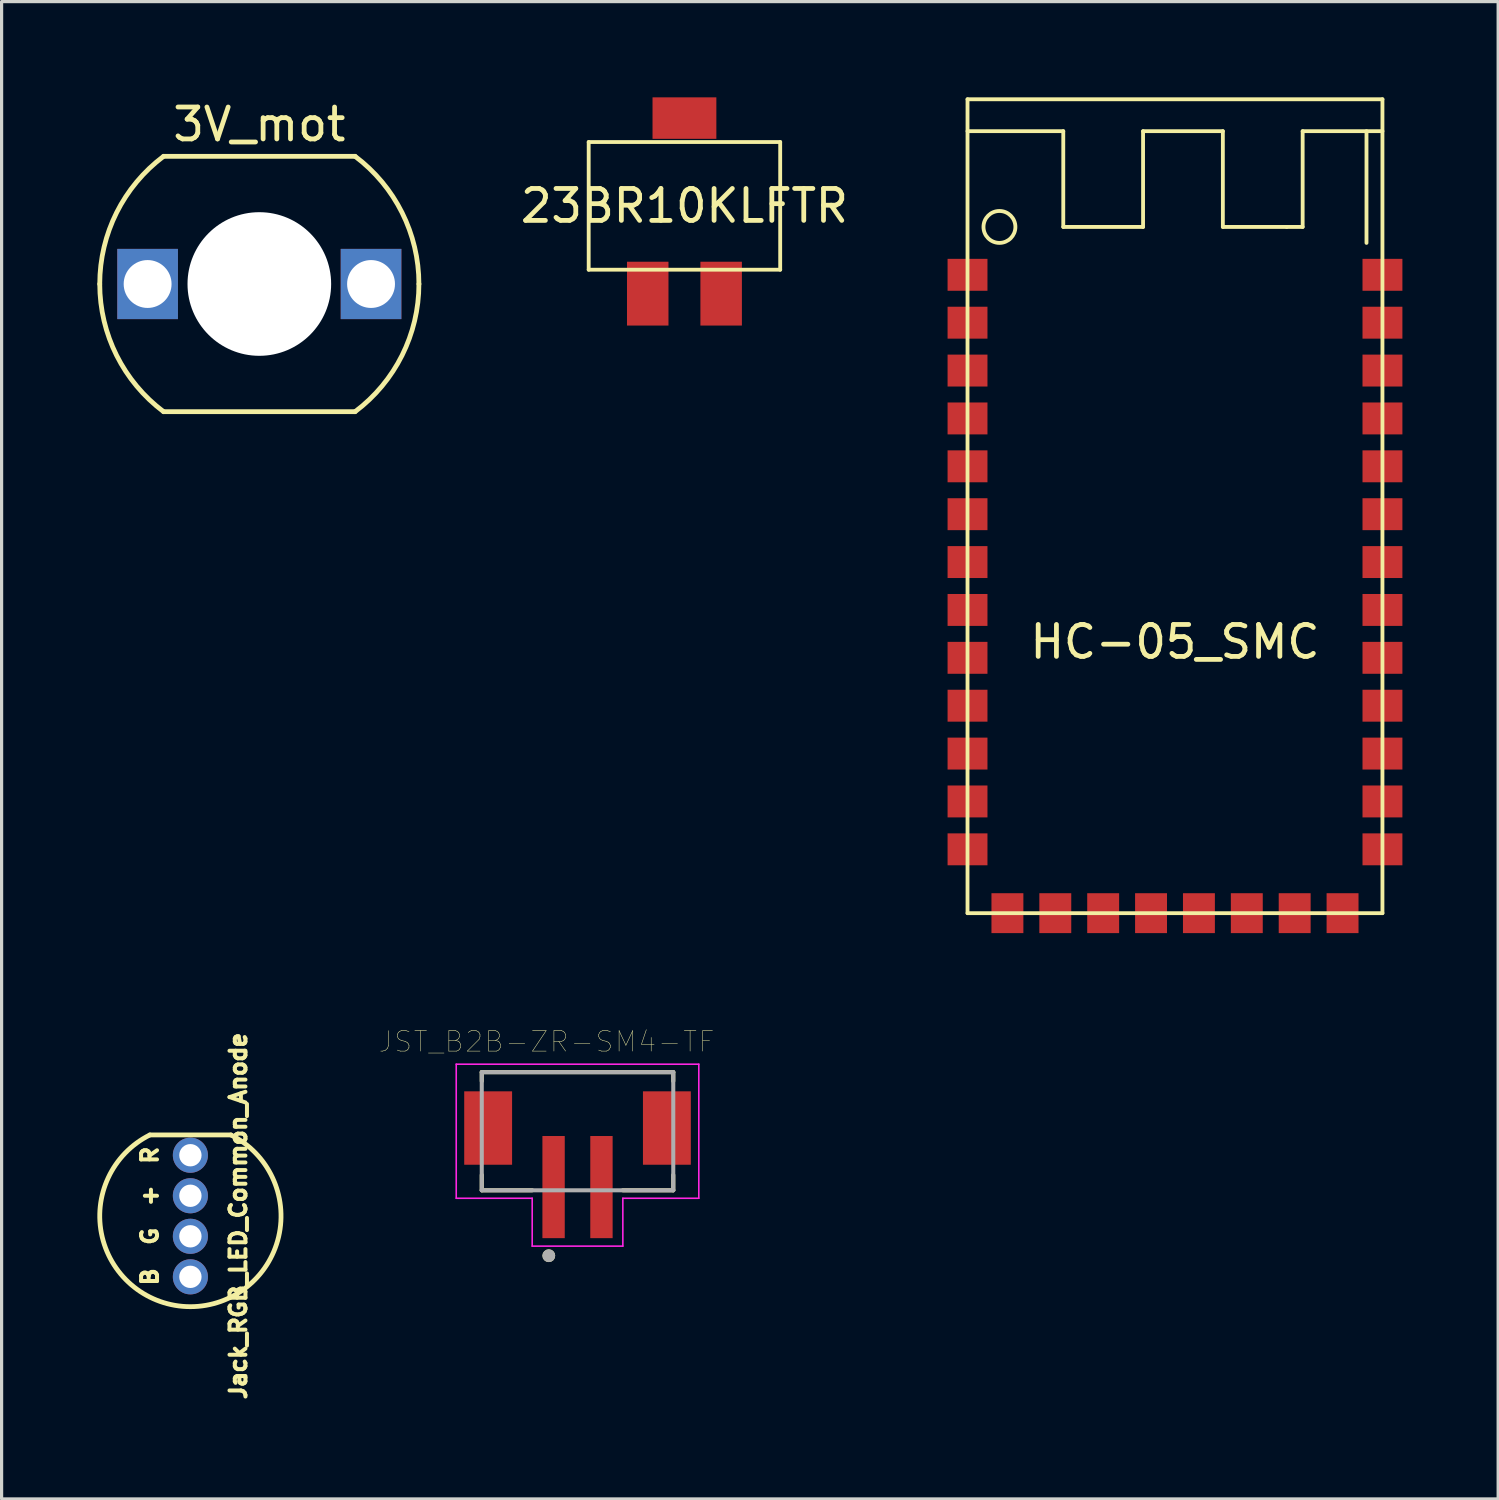
<source format=kicad_pcb>
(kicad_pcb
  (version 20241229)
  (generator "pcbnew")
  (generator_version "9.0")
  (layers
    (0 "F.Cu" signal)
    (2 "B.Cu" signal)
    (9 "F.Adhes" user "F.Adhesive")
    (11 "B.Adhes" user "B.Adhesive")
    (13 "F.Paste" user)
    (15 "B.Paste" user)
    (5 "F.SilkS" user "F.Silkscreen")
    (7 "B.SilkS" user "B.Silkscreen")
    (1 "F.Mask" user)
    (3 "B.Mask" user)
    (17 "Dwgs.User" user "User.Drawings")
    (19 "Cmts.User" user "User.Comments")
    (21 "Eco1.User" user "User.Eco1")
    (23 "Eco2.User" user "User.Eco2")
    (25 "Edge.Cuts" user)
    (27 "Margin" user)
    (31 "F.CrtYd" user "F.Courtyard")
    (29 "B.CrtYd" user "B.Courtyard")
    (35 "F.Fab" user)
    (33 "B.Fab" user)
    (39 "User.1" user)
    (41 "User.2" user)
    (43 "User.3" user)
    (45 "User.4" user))
  (footprint "HC-05_SMC"
    (layer "F.Cu")
    (at 33.763 12.06)
    (property "Reference" "HC-05_SMC" (at 0 5 0) (layer "F.SilkS") (effects (font (size 1 1) (thickness 0.15))))
    (attr through_hole)
    (fp_line (start -6.5 -12) (end 6.5 -12) (stroke (width 0.12) (type solid)) (layer "F.SilkS"))
    (fp_line (start -6.5 -11) (end -3.5 -11) (stroke (width 0.12) (type solid)) (layer "F.SilkS"))
    (fp_line (start -6.5 13.5) (end -6.5 -12) (stroke (width 0.12) (type solid)) (layer "F.SilkS"))
    (fp_line (start -3.5 -11) (end -3.5 -8) (stroke (width 0.12) (type solid)) (layer "F.SilkS"))
    (fp_line (start -3.5 -8) (end -1 -8) (stroke (width 0.12) (type solid)) (layer "F.SilkS"))
    (fp_line (start -1 -11) (end 1.5 -11) (stroke (width 0.12) (type solid)) (layer "F.SilkS"))
    (fp_line (start -1 -8) (end -1 -11) (stroke (width 0.12) (type solid)) (layer "F.SilkS"))
    (fp_line (start 1.5 -11) (end 1.5 -8) (stroke (width 0.12) (type solid)) (layer "F.SilkS"))
    (fp_line (start 1.5 -8) (end 3.5 -8) (stroke (width 0.12) (type solid)) (layer "F.SilkS"))
    (fp_line (start 3.5 -8) (end 4 -8) (stroke (width 0.12) (type solid)) (layer "F.SilkS"))
    (fp_line (start 4 -11) (end 6.5 -11) (stroke (width 0.12) (type solid)) (layer "F.SilkS"))
    (fp_line (start 4 -8) (end 4 -11) (stroke (width 0.12) (type solid)) (layer "F.SilkS"))
    (fp_line (start 6 -11) (end 6 -7.5) (stroke (width 0.12) (type solid)) (layer "F.SilkS"))
    (fp_line (start 6.5 -12) (end 6.5 13.5) (stroke (width 0.12) (type solid)) (layer "F.SilkS"))
    (fp_line (start 6.5 13.5) (end -6.5 13.5) (stroke (width 0.12) (type solid)) (layer "F.SilkS"))
    (fp_circle (center -5.5 -8) (end -5 -8) (stroke (width 0.12) (type solid)) (fill no) (layer "F.SilkS"))
    (pad "1" smd rect (at -6.5 -6.5) (size 1.25 1) (layers "F.Cu" "F.Mask" "F.Paste"))
    (pad "2" smd rect (at -6.5 -5) (size 1.25 1) (layers "F.Cu" "F.Mask" "F.Paste"))
    (pad "3" smd rect (at -6.5 -3.5) (size 1.25 1) (layers "F.Cu" "F.Mask" "F.Paste"))
    (pad "4" smd rect (at -6.5 -2) (size 1.25 1) (layers "F.Cu" "F.Mask" "F.Paste"))
    (pad "5" smd rect (at -6.5 -0.5) (size 1.25 1) (layers "F.Cu" "F.Mask" "F.Paste"))
    (pad "6" smd rect (at -6.5 1) (size 1.25 1) (layers "F.Cu" "F.Mask" "F.Paste"))
    (pad "7" smd rect (at -6.5 2.5) (size 1.25 1) (layers "F.Cu" "F.Mask" "F.Paste"))
    (pad "8" smd rect (at -6.5 4) (size 1.25 1) (layers "F.Cu" "F.Mask" "F.Paste"))
    (pad "9" smd rect (at -6.5 5.5) (size 1.25 1) (layers "F.Cu" "F.Mask" "F.Paste"))
    (pad "10" smd rect (at -6.5 7) (size 1.25 1) (layers "F.Cu" "F.Mask" "F.Paste"))
    (pad "11" smd rect (at -6.5 8.5) (size 1.25 1) (layers "F.Cu" "F.Mask" "F.Paste"))
    (pad "12" smd rect (at -6.5 10) (size 1.25 1) (layers "F.Cu" "F.Mask" "F.Paste"))
    (pad "13" smd rect (at -6.5 11.5) (size 1.25 1) (layers "F.Cu" "F.Mask" "F.Paste"))
    (pad "14" smd rect (at -5.25 13.5 90) (size 1.25 1) (layers "F.Cu" "F.Mask" "F.Paste"))
    (pad "15" smd rect (at -3.75 13.5 90) (size 1.25 1) (layers "F.Cu" "F.Mask" "F.Paste"))
    (pad "16" smd rect (at -2.25 13.5 90) (size 1.25 1) (layers "F.Cu" "F.Mask" "F.Paste"))
    (pad "17" smd rect (at -0.75 13.5 90) (size 1.25 1) (layers "F.Cu" "F.Mask" "F.Paste"))
    (pad "18" smd rect (at 0.75 13.5 90) (size 1.25 1) (layers "F.Cu" "F.Mask" "F.Paste"))
    (pad "19" smd rect (at 2.25 13.5 90) (size 1.25 1) (layers "F.Cu" "F.Mask" "F.Paste"))
    (pad "20" smd rect (at 3.75 13.5 90) (size 1.25 1) (layers "F.Cu" "F.Mask" "F.Paste"))
    (pad "21" smd rect (at 5.25 13.5 90) (size 1.25 1) (layers "F.Cu" "F.Mask" "F.Paste"))
    (pad "22" smd rect (at 6.5 11.5 180) (size 1.25 1) (layers "F.Cu" "F.Mask" "F.Paste"))
    (pad "23" smd rect (at 6.5 10 180) (size 1.25 1) (layers "F.Cu" "F.Mask" "F.Paste"))
    (pad "24" smd rect (at 6.5 8.5 180) (size 1.25 1) (layers "F.Cu" "F.Mask" "F.Paste"))
    (pad "25" smd rect (at 6.5 7 180) (size 1.25 1) (layers "F.Cu" "F.Mask" "F.Paste"))
    (pad "26" smd rect (at 6.5 5.5 180) (size 1.25 1) (layers "F.Cu" "F.Mask" "F.Paste"))
    (pad "27" smd rect (at 6.5 4 180) (size 1.25 1) (layers "F.Cu" "F.Mask" "F.Paste"))
    (pad "28" smd rect (at 6.5 2.5 180) (size 1.25 1) (layers "F.Cu" "F.Mask" "F.Paste"))
    (pad "29" smd rect (at 6.5 1 180) (size 1.25 1) (layers "F.Cu" "F.Mask" "F.Paste"))
    (pad "30" smd rect (at 6.5 -0.5 180) (size 1.25 1) (layers "F.Cu" "F.Mask" "F.Paste"))
    (pad "31" smd rect (at 6.5 -2 180) (size 1.25 1) (layers "F.Cu" "F.Mask" "F.Paste"))
    (pad "32" smd rect (at 6.5 -3.5 180) (size 1.25 1) (layers "F.Cu" "F.Mask" "F.Paste"))
    (pad "33" smd rect (at 6.5 -5 180) (size 1.25 1) (layers "F.Cu" "F.Mask" "F.Paste"))
    (pad "34" smd rect (at 6.5 -6.5 180) (size 1.25 1) (layers "F.Cu" "F.Mask" "F.Paste")))
  (footprint "3V_mot"
    (layer "F.Cu")
    (at 5.075 5.848)
    (property "Reference" "3V_mot" (at 0 -5 0) (layer "F.SilkS") (effects (font (size 1 1) (thickness 0.15))))
    (attr through_hole)
    (fp_line (start -3 -4) (end 3 -4) (stroke (width 0.15) (type solid)) (layer "F.SilkS"))
    (fp_line (start 3 4) (end -3 4) (stroke (width 0.15) (type solid)) (layer "F.SilkS"))
    (fp_arc (start -4.999999 0.000001) (mid -4.472135 -2.236067) (end -3 -3.999999) (stroke (width 0.15) (type solid)) (layer "F.SilkS"))
    (fp_arc (start -3 4) (mid -4.472136 2.236068) (end -5 0) (stroke (width 0.15) (type solid)) (layer "F.SilkS"))
    (fp_arc (start 3 -4) (mid 4.472136 -2.236068) (end 5 0) (stroke (width 0.15) (type solid)) (layer "F.SilkS"))
    (fp_arc (start 4.999999 -0.000001) (mid 4.472135 2.236067) (end 3 3.999999) (stroke (width 0.15) (type solid)) (layer "F.SilkS"))
    (pad "" np_thru_hole circle (at 0 0 90) (size 4.5 4.5) (drill 4.5) (layers "*.Cu" "*.Mask"))
    (pad "1" thru_hole rect (at -3.5 0 90) (size 2.2 1.9) (drill 1.5) (layers "*.Cu" "*.Mask"))
    (pad "2" thru_hole rect (at 3.5 0 90) (size 2.2 1.9) (drill 1.5) (layers "*.Cu" "*.Mask")))
  (footprint "JST_B2B-ZR-SM4-TF"
    (layer "F.Cu")
    (at 15.044 32.392)
    (property "Reference" "JST_B2B-ZR-SM4-TF" (at -0.968 -2.806 0) (layer "F.SilkS") (effects (font (size 0.64 0.64) (thickness 0.015))))
    (attr through_hole)
    (fp_line (start -3 -1.85) (end -3 -1.57) (stroke (width 0.127) (type solid)) (layer "F.SilkS"))
    (fp_line (start -3 1.37) (end -3 1.85) (stroke (width 0.127) (type solid)) (layer "F.SilkS"))
    (fp_line (start -3 1.85) (end -1.42 1.85) (stroke (width 0.127) (type solid)) (layer "F.SilkS"))
    (fp_line (start 1.42 1.85) (end 3 1.85) (stroke (width 0.127) (type solid)) (layer "F.SilkS"))
    (fp_line (start 3 -1.85) (end -3 -1.85) (stroke (width 0.127) (type solid)) (layer "F.SilkS"))
    (fp_line (start 3 -1.85) (end 3 -1.57) (stroke (width 0.127) (type solid)) (layer "F.SilkS"))
    (fp_line (start 3 1.37) (end 3 1.85) (stroke (width 0.127) (type solid)) (layer "F.SilkS"))
    (fp_circle (center -0.9 3.9) (end -0.8 3.9) (stroke (width 0.2) (type solid)) (fill no) (layer "F.SilkS"))
    (fp_line (start -3.8 -2.1) (end -3.8 2.1) (stroke (width 0.05) (type solid)) (layer "F.CrtYd"))
    (fp_line (start -3.8 2.1) (end -1.42 2.1) (stroke (width 0.05) (type solid)) (layer "F.CrtYd"))
    (fp_line (start -1.42 2.1) (end -1.42 3.6) (stroke (width 0.05) (type solid)) (layer "F.CrtYd"))
    (fp_line (start -1.42 3.6) (end 1.42 3.6) (stroke (width 0.05) (type solid)) (layer "F.CrtYd"))
    (fp_line (start 1.42 2.1) (end 3.8 2.1) (stroke (width 0.05) (type solid)) (layer "F.CrtYd"))
    (fp_line (start 1.42 3.6) (end 1.42 2.1) (stroke (width 0.05) (type solid)) (layer "F.CrtYd"))
    (fp_line (start 3.8 -2.1) (end -3.8 -2.1) (stroke (width 0.05) (type solid)) (layer "F.CrtYd"))
    (fp_line (start 3.8 2.1) (end 3.8 -2.1) (stroke (width 0.05) (type solid)) (layer "F.CrtYd"))
    (fp_line (start -3 -1.85) (end -3 1.85) (stroke (width 0.127) (type solid)) (layer "F.Fab"))
    (fp_line (start -3 1.85) (end 3 1.85) (stroke (width 0.127) (type solid)) (layer "F.Fab"))
    (fp_line (start 3 -1.85) (end -3 -1.85) (stroke (width 0.127) (type solid)) (layer "F.Fab"))
    (fp_line (start 3 1.85) (end 3 -1.85) (stroke (width 0.127) (type solid)) (layer "F.Fab"))
    (fp_circle (center -0.9 3.9) (end -0.8 3.9) (stroke (width 0.2) (type solid)) (fill no) (layer "F.Fab"))
    (pad "1" smd rect (at -0.75 1.75) (size 0.7 3.2) (layers "F.Cu" "F.Mask" "F.Paste"))
    (pad "2" smd rect (at 0.75 1.75) (size 0.7 3.2) (layers "F.Cu" "F.Mask" "F.Paste"))
    (pad "S1" smd rect (at -2.8 -0.1) (size 1.5 2.3) (layers "F.Cu" "F.Mask" "F.Paste"))
    (pad "S2" smd rect (at 2.8 -0.1) (size 1.5 2.3) (layers "F.Cu" "F.Mask" "F.Paste")))
  (footprint "Jack_RGB_LED_Common_Anode"
    (layer "F.Cu")
    (at 2.915 35.049)
    (property "Reference" "Jack_RGB_LED_Common_Anode" (at 1.5 0 270) (layer "F.SilkS") (effects (font (size 0.5 0.5) (thickness 0.125))))
    (attr through_hole)
    (fp_line (start -1.27 -2.54) (end 1.27 -2.54) (stroke (width 0.15) (type solid)) (layer "F.SilkS"))
    (fp_arc (start 1.27 -2.539999) (mid 0 2.839805) (end -1.269999 -2.539999) (stroke (width 0.15) (type solid)) (layer "F.SilkS"))
    (fp_text user "B" (at -1.27 1.905 270) (layer "F.SilkS") (effects (font (size 0.5 0.5) (thickness 0.125))))
    (fp_text user "G" (at -1.27 0.635 270) (layer "F.SilkS") (effects (font (size 0.5 0.5) (thickness 0.125))))
    (fp_text user "R" (at -1.27 -1.905 270) (layer "F.SilkS") (effects (font (size 0.5 0.5) (thickness 0.125))))
    (fp_text user "+" (at -1.27 -0.635 270) (layer "F.SilkS") (effects (font (size 0.5 0.5) (thickness 0.125))))
    (pad "1" thru_hole circle (at 0 -0.635) (size 1.1 1.1) (drill 0.7) (layers "*.Cu" "*.Mask"))
    (pad "2" thru_hole circle (at 0 1.905) (size 1.1 1.1) (drill 0.7) (layers "*.Cu" "*.Mask"))
    (pad "3" thru_hole circle (at 0 -1.905) (size 1.1 1.1) (drill 0.7) (layers "*.Cu" "*.Mask"))
    (pad "4" thru_hole circle (at 0 0.635) (size 1.1 1.1) (drill 0.7) (layers "*.Cu" "*.Mask")))
  (footprint "23BR10KLFTR"
    (layer "F.Cu")
    (at 18.394 3.4)
    (property "Reference" "23BR10KLFTR" (at 0 0 180) (layer "F.SilkS") (effects (font (size 1 1) (thickness 0.15))))
    (attr through_hole)
    (fp_line (start -3 -2) (end 3 -2) (stroke (width 0.12) (type solid)) (layer "F.SilkS"))
    (fp_line (start -3 2) (end -3 -2) (stroke (width 0.12) (type solid)) (layer "F.SilkS"))
    (fp_line (start 3 -2) (end 3 2) (stroke (width 0.12) (type solid)) (layer "F.SilkS"))
    (fp_line (start 3 2) (end -3 2) (stroke (width 0.12) (type solid)) (layer "F.SilkS"))
    (pad "1" smd rect (at 1.15 2.75) (size 1.3 2) (layers "F.Cu" "F.Mask" "F.Paste"))
    (pad "2" smd rect (at 0 -2.75) (size 2 1.3) (layers "F.Cu" "F.Mask" "F.Paste"))
    (pad "3" smd rect (at -1.15 2.75) (size 1.3 2) (layers "F.Cu" "F.Mask" "F.Paste")))
  (gr_rect
    (start -3 -3)
    (end 43.888 43.912)
    (stroke (width 0.1) (type default))
    (fill no)
    (layer "Edge.Cuts")))
</source>
